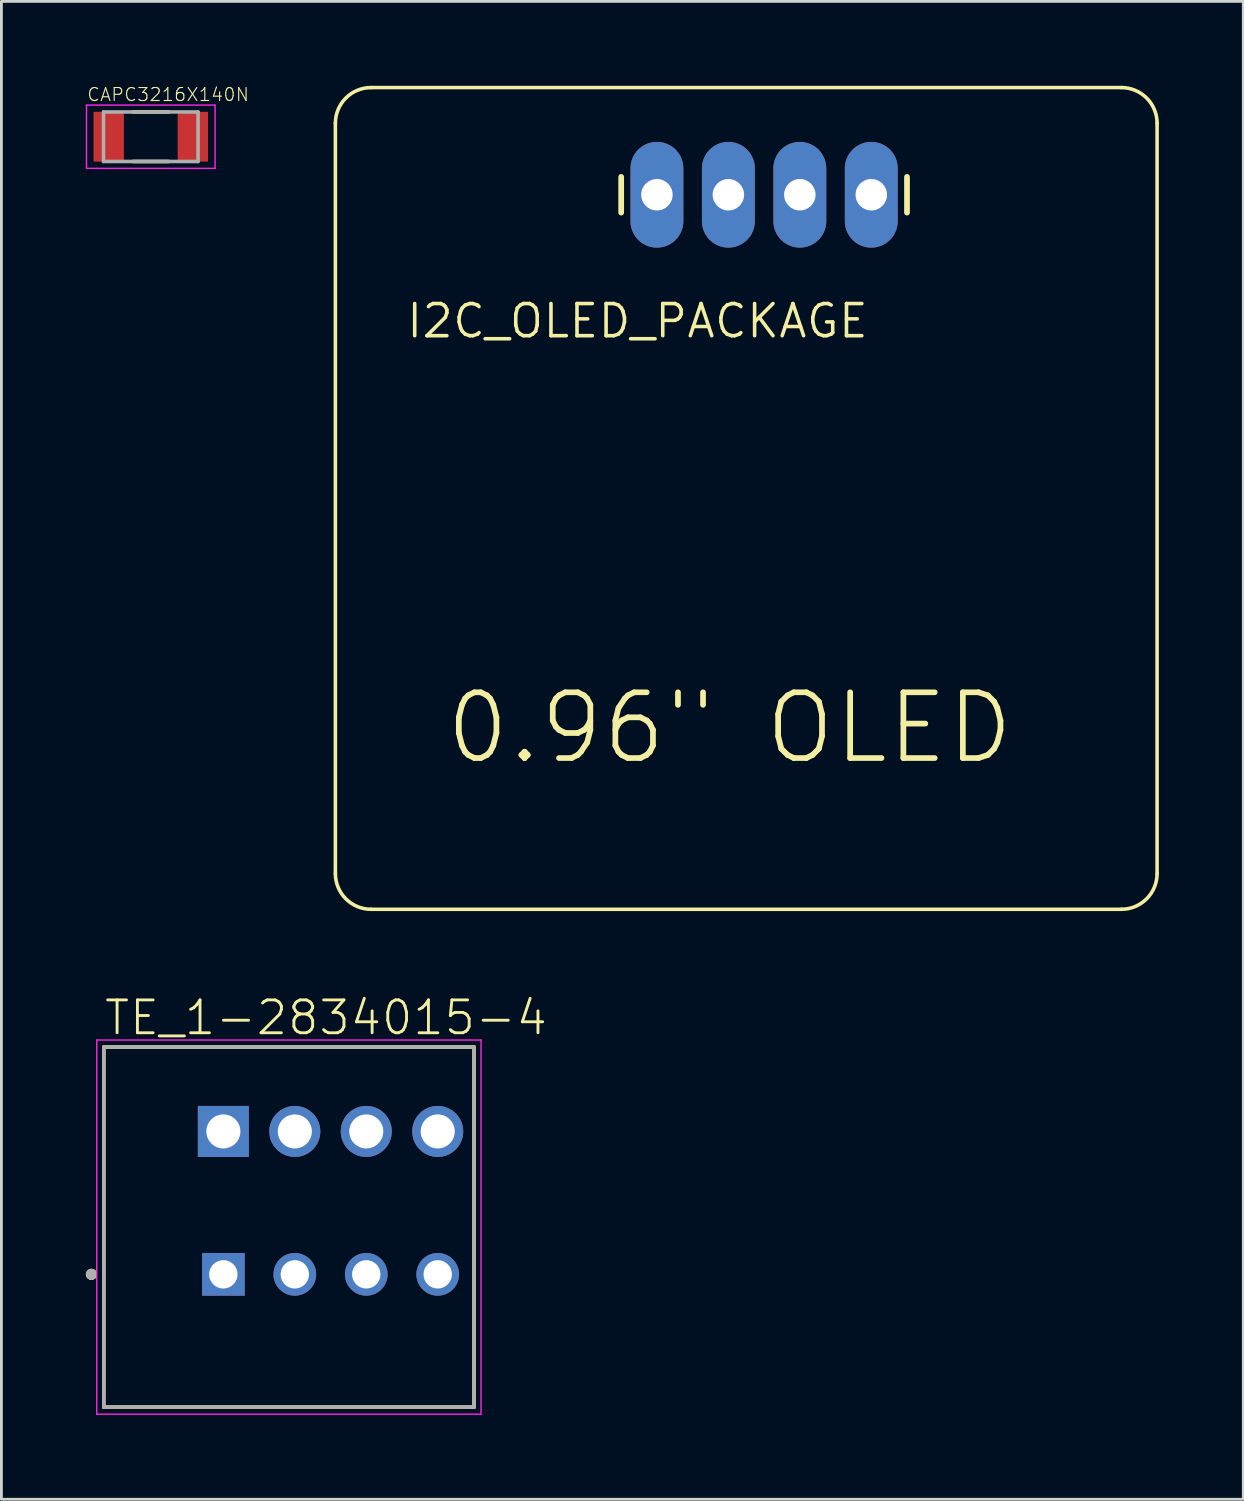
<source format=kicad_pcb>
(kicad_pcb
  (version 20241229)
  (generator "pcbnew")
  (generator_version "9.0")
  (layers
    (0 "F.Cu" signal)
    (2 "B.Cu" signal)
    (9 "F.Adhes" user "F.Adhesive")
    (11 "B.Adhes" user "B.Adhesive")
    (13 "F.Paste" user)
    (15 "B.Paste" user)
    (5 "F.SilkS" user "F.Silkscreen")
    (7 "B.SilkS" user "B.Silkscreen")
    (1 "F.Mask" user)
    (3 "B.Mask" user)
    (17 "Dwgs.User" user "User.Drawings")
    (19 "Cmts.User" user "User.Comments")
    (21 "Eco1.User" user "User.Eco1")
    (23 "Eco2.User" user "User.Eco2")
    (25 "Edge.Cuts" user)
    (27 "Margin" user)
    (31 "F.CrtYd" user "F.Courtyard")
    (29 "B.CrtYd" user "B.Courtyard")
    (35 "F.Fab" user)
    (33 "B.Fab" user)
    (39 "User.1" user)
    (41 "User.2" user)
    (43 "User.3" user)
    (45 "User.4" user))
  (footprint "TE_1-2834015-4"
    (layer "F.Cu")
    (at 8.7 39.71)
    (property "Reference" "TE_1-2834015-4" (at -8.1 -5.9 0) (layer "F.SilkS") (effects (font (size 1.168 1.168) (thickness 0.102)) (justify left bottom)))
    (fp_line (start -8.06 -5.54) (end 5.1 -5.54) (stroke (width 0.127) (type solid)) (layer "F.SilkS"))
    (fp_line (start -8.06 7.26) (end -8.06 -5.54) (stroke (width 0.127) (type solid)) (layer "F.SilkS"))
    (fp_line (start 5.1 -5.54) (end 5.1 7.26) (stroke (width 0.127) (type solid)) (layer "F.SilkS"))
    (fp_line (start 5.1 7.26) (end -8.06 7.26) (stroke (width 0.127) (type solid)) (layer "F.SilkS"))
    (fp_circle (center -8.5 2.54) (end -8.4 2.54) (stroke (width 0.2) (type solid)) (fill no) (layer "F.SilkS"))
    (fp_line (start -8.31 -5.79) (end 5.35 -5.79) (stroke (width 0.05) (type solid)) (layer "F.CrtYd"))
    (fp_line (start -8.31 7.51) (end -8.31 -5.79) (stroke (width 0.05) (type solid)) (layer "F.CrtYd"))
    (fp_line (start 5.35 -5.79) (end 5.35 7.51) (stroke (width 0.05) (type solid)) (layer "F.CrtYd"))
    (fp_line (start 5.35 7.51) (end -8.31 7.51) (stroke (width 0.05) (type solid)) (layer "F.CrtYd"))
    (fp_line (start -8.06 -5.54) (end 5.1 -5.54) (stroke (width 0.127) (type solid)) (layer "F.Fab"))
    (fp_line (start -8.06 7.26) (end -8.06 -5.54) (stroke (width 0.127) (type solid)) (layer "F.Fab"))
    (fp_line (start 5.1 -5.54) (end 5.1 7.26) (stroke (width 0.127) (type solid)) (layer "F.Fab"))
    (fp_line (start 5.1 7.26) (end -8.06 7.26) (stroke (width 0.127) (type solid)) (layer "F.Fab"))
    (fp_circle (center -8.5 2.54) (end -8.4 2.54) (stroke (width 0.2) (type solid)) (fill no) (layer "F.Fab"))
    (pad "1_1" thru_hole rect (at -3.81 2.54) (size 1.518 1.518) (drill 1.01) (layers "*.Cu" "*.Mask"))
    (pad "1_2" thru_hole rect (at -3.81 -2.54) (size 1.815 1.815) (drill 1.21) (layers "*.Cu" "*.Mask"))
    (pad "2_1" thru_hole circle (at -1.27 2.54) (size 1.518 1.518) (drill 1.01) (layers "*.Cu" "*.Mask"))
    (pad "2_2" thru_hole circle (at -1.27 -2.54) (size 1.815 1.815) (drill 1.21) (layers "*.Cu" "*.Mask"))
    (pad "3_1" thru_hole circle (at 1.27 2.54) (size 1.518 1.518) (drill 1.01) (layers "*.Cu" "*.Mask"))
    (pad "3_2" thru_hole circle (at 1.27 -2.54) (size 1.815 1.815) (drill 1.21) (layers "*.Cu" "*.Mask"))
    (pad "4_1" thru_hole circle (at 3.81 2.54) (size 1.518 1.518) (drill 1.01) (layers "*.Cu" "*.Mask"))
    (pad "4_2" thru_hole circle (at 3.81 -2.54) (size 1.815 1.815) (drill 1.21) (layers "*.Cu" "*.Mask")))
  (footprint "CAPC3216X140N"
    (layer "F.Cu")
    (at 2.31 1.81)
    (property "Reference" "CAPC3216X140N" (at -2.29 -1.23 0) (layer "F.SilkS") (effects (font (size 0.46 0.46) (thickness 0.04)) (justify left bottom)))
    (fp_line (start -0.63 -0.88) (end 0.63 -0.88) (stroke (width 0.127) (type solid)) (layer "F.SilkS"))
    (fp_line (start -0.63 0.88) (end 0.63 0.88) (stroke (width 0.127) (type solid)) (layer "F.SilkS"))
    (fp_line (start -2.285 -1.125) (end 2.285 -1.125) (stroke (width 0.05) (type solid)) (layer "F.CrtYd"))
    (fp_line (start -2.285 1.125) (end -2.285 -1.125) (stroke (width 0.05) (type solid)) (layer "F.CrtYd"))
    (fp_line (start -2.285 1.125) (end 2.285 1.125) (stroke (width 0.05) (type solid)) (layer "F.CrtYd"))
    (fp_line (start 2.285 1.125) (end 2.285 -1.125) (stroke (width 0.05) (type solid)) (layer "F.CrtYd"))
    (fp_line (start -1.68 0.88) (end -1.68 -0.88) (stroke (width 0.127) (type solid)) (layer "F.Fab"))
    (fp_line (start 1.68 -0.88) (end -1.68 -0.88) (stroke (width 0.127) (type solid)) (layer "F.Fab"))
    (fp_line (start 1.68 0.88) (end -1.68 0.88) (stroke (width 0.127) (type solid)) (layer "F.Fab"))
    (fp_line (start 1.68 0.88) (end 1.68 -0.88) (stroke (width 0.127) (type solid)) (layer "F.Fab"))
    (pad "1" smd rect (at -1.495 0) (size 1.08 1.77) (layers "F.Cu" "F.Mask" "F.Paste"))
    (pad "2" smd rect (at 1.495 0) (size 1.08 1.77) (layers "F.Cu" "F.Mask" "F.Paste")))
  (footprint "I2C_OLED_PACKAGE"
    (layer "F.Cu")
    (at 20.302 3.873)
    (property "Reference" "I2C_OLED_PACKAGE" (at -8.966 5.156 0) (layer "F.SilkS") (effects (font (size 1.143 1.143) (thickness 0.127)) (justify left bottom)))
    (fp_line (start -11.43 24.13) (end -11.43 -2.54) (stroke (width 0.127) (type solid)) (layer "F.SilkS"))
    (fp_line (start -1.27 -0.635) (end -1.27 0.635) (stroke (width 0.203) (type solid)) (layer "F.SilkS"))
    (fp_line (start 8.89 -0.635) (end 8.89 0.635) (stroke (width 0.203) (type solid)) (layer "F.SilkS"))
    (fp_line (start 16.51 -3.81) (end -10.16 -3.81) (stroke (width 0.127) (type solid)) (layer "F.SilkS"))
    (fp_line (start 16.51 25.4) (end -10.16 25.4) (stroke (width 0.127) (type solid)) (layer "F.SilkS"))
    (fp_line (start 17.78 -2.54) (end 17.78 24.13) (stroke (width 0.127) (type solid)) (layer "F.SilkS"))
    (fp_arc (start -11.43 -2.54) (mid -11.058026 -3.438026) (end -10.16 -3.81) (stroke (width 0.127) (type solid)) (layer "F.SilkS"))
    (fp_arc (start -10.16 25.4) (mid -11.058026 25.028026) (end -11.43 24.13) (stroke (width 0.127) (type solid)) (layer "F.SilkS"))
    (fp_arc (start 16.51 -3.81) (mid 17.408026 -3.438026) (end 17.78 -2.54) (stroke (width 0.127) (type solid)) (layer "F.SilkS"))
    (fp_arc (start 17.78 24.13) (mid 17.408026 25.028026) (end 16.51 25.4) (stroke (width 0.127) (type solid)) (layer "F.SilkS"))
    (fp_poly (pts (xy -0.254 0.254) (xy 0.254 0.254) (xy 0.254 -0.254) (xy -0.254 -0.254)) (stroke (width 0.1) (type default)) (fill no) (layer "F.Fab"))
    (fp_poly (pts (xy 2.286 0.254) (xy 2.794 0.254) (xy 2.794 -0.254) (xy 2.286 -0.254)) (stroke (width 0.1) (type default)) (fill no) (layer "F.Fab"))
    (fp_poly (pts (xy 4.826 0.254) (xy 5.334 0.254) (xy 5.334 -0.254) (xy 4.826 -0.254)) (stroke (width 0.1) (type default)) (fill no) (layer "F.Fab"))
    (fp_poly (pts (xy 7.366 0.254) (xy 7.874 0.254) (xy 7.874 -0.254) (xy 7.366 -0.254)) (stroke (width 0.1) (type default)) (fill no) (layer "F.Fab"))
    (fp_text user "0.96\" OLED" (at -7.62 20.32 0) (layer "F.SilkS") (effects (font (size 2.337 2.337) (thickness 0.203)) (justify left bottom)))
    (pad "1" thru_hole oval (at 0 0 90) (size 3.759 1.88) (drill 1.118) (layers "*.Cu" "*.Mask"))
    (pad "2" thru_hole oval (at 2.54 0 90) (size 3.759 1.88) (drill 1.118) (layers "*.Cu" "*.Mask"))
    (pad "3" thru_hole oval (at 5.08 0 90) (size 3.759 1.88) (drill 1.118) (layers "*.Cu" "*.Mask"))
    (pad "4" thru_hole oval (at 7.62 0 90) (size 3.759 1.88) (drill 1.118) (layers "*.Cu" "*.Mask")))
  (gr_rect
    (start -3 -3)
    (end 41.146 50.245)
    (stroke (width 0.1) (type default))
    (fill no)
    (layer "Edge.Cuts")))
</source>
